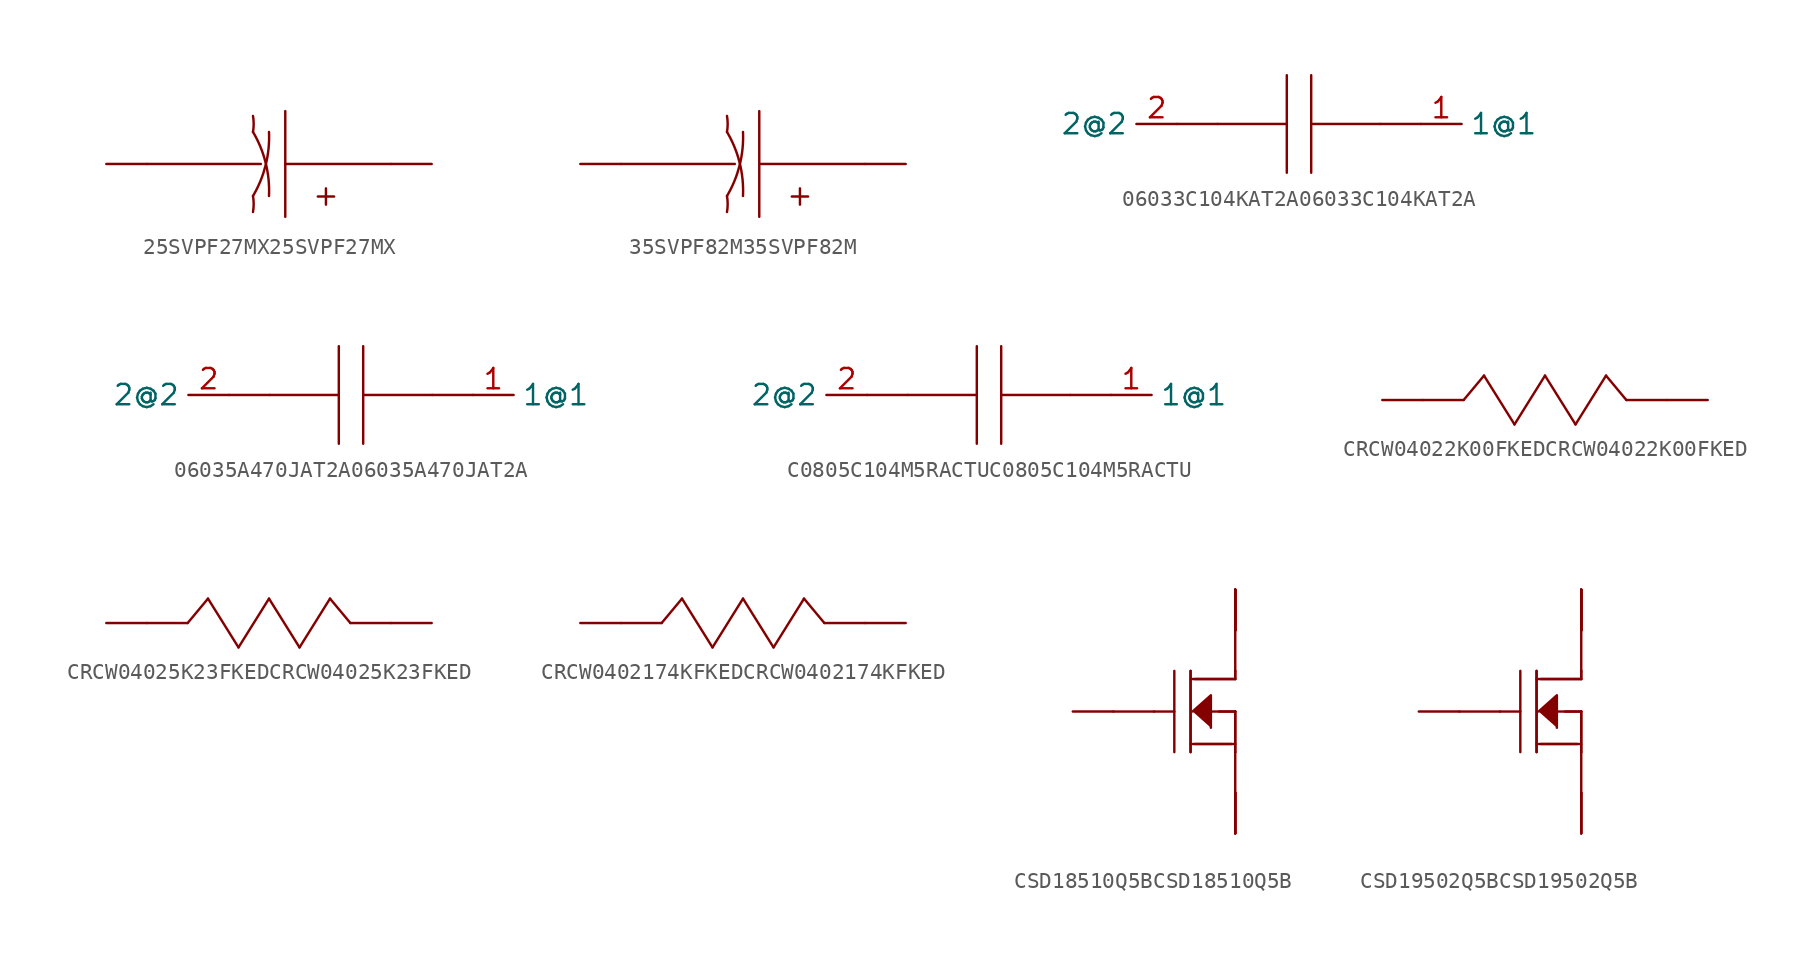
<source format=kicad_sym>
(kicad_symbol_lib
  (version 20220914)
  (generator kicad_symbol_editor)
  (symbol "25SVPF27MX25SVPF27MX"
    (property "Reference" ""
      (at 0 8 0)
      (effects (font (size 2 1.7)) hide))
    (property "Value" ""
      (at 0 5 0)
      (effects (font (size 2 1.7))))
    (property "ki_locked" ""
      (at 0 0 0)
      (effects (font (size 1.27 1.27))))
    (symbol "25SVPF27MX25SVPF27MX_1_0"
      (arc (start -0.9999 -2.9999) (mid -0.9572 -2.4999) (end -1 -1.9999) (stroke (width 0.1524) (type solid)) (fill (type none)))
      (arc (start -0.9999 -2) (mid -0.2083 -0.0729) (end 0 2) (stroke (width 0.1524) (type solid)) (fill (type none)))
      (arc (start -1 1.9999) (mid -0.9572 2.5) (end -0.9999 3.0001) (stroke (width 0.1524) (type solid)) (fill (type none)))
      (arc (start 0 -1.9999) (mid -0.2082 0.073) (end -0.9998 2) (stroke (width 0.1524) (type solid)) (fill (type none)))
      (polyline (pts (xy -7.62 0) (xy -0.508 0)) (stroke (width 0.152) (type solid)) (fill (type none)))
      (polyline (pts (xy 1.016 -3.302) (xy 1.016 3.302)) (stroke (width 0.152) (type solid)) (fill (type none)))
      (polyline (pts (xy 1.016 0) (xy 7.62 0)) (stroke (width 0.152) (type solid)) (fill (type none)))
      (polyline (pts (xy 3.048 -2.032) (xy 4.064 -2.032)) (stroke (width 0.152) (type solid)) (fill (type none)))
      (polyline (pts (xy 3.556 -2.54) (xy 3.556 -1.524)) (stroke (width 0.152) (type solid)) (fill (type none)))
      (pin passive line (at 7.62 0 0) (length 2.54) (name "+@1" (effects (font (size 0 0)))) (number "1" (effects (font (size 0 0)))))
      (pin passive line (at -7.62 0 180) (length 2.54) (name "-@2" (effects (font (size 0 0)))) (number "2" (effects (font (size 0 0)))))))
  (symbol "35SVPF82M35SVPF82M"
    (property "Reference" ""
      (at 0 8 0)
      (effects (font (size 2 1.7)) hide))
    (property "Value" ""
      (at 0 5 0)
      (effects (font (size 2 1.7))))
    (property "ki_locked" ""
      (at 0 0 0)
      (effects (font (size 1.27 1.27))))
    (symbol "35SVPF82M35SVPF82M_1_0"
      (arc (start -0.9999 -2.9999) (mid -0.9572 -2.4999) (end -1 -1.9999) (stroke (width 0.1524) (type solid)) (fill (type none)))
      (arc (start -0.9999 -2) (mid -0.2083 -0.0729) (end 0 2) (stroke (width 0.1524) (type solid)) (fill (type none)))
      (arc (start -1 1.9999) (mid -0.9572 2.5) (end -0.9999 3.0001) (stroke (width 0.1524) (type solid)) (fill (type none)))
      (arc (start 0 -1.9999) (mid -0.2082 0.073) (end -0.9998 2) (stroke (width 0.1524) (type solid)) (fill (type none)))
      (polyline (pts (xy -7.62 0) (xy -0.508 0)) (stroke (width 0.152) (type solid)) (fill (type none)))
      (polyline (pts (xy 1.016 -3.302) (xy 1.016 3.302)) (stroke (width 0.152) (type solid)) (fill (type none)))
      (polyline (pts (xy 1.016 0) (xy 7.62 0)) (stroke (width 0.152) (type solid)) (fill (type none)))
      (polyline (pts (xy 3.048 -2.032) (xy 4.064 -2.032)) (stroke (width 0.152) (type solid)) (fill (type none)))
      (polyline (pts (xy 3.556 -2.54) (xy 3.556 -1.524)) (stroke (width 0.152) (type solid)) (fill (type none)))
      (pin passive line (at 7.62 0 0) (length 2.54) (name "+@1" (effects (font (size 0 0)))) (number "1" (effects (font (size 0 0)))))
      (pin passive line (at -7.62 0 180) (length 2.54) (name "-@2" (effects (font (size 0 0)))) (number "2" (effects (font (size 0 0)))))))
  (symbol "06033C104KAT2A06033C104KAT2A"
    (property "Reference" ""
      (at 0 0 0)
      (effects (font (size 2 1.7)) hide))
    (property "Value" ""
      (at 0 0 0)
      (effects (font (size 2 1.7))))
    (property "ki_locked" ""
      (at 0 0 0)
      (effects (font (size 1.27 1.27))))
    (symbol "06033C104KAT2A06033C104KAT2A_1_0"
      (polyline (pts (xy -7.62 0) (xy -5.08 0)) (stroke (width 0.152) (type solid)) (fill (type none)))
      (polyline (pts (xy -5.08 0) (xy -0.762 0)) (stroke (width 0.152) (type solid)) (fill (type none)))
      (polyline (pts (xy -0.762 -3.048) (xy -0.762 3.048)) (stroke (width 0.152) (type solid)) (fill (type none)))
      (polyline (pts (xy 0.762 -3.048) (xy 0.762 3.048)) (stroke (width 0.152) (type solid)) (fill (type none)))
      (polyline (pts (xy 0.762 0) (xy 5.08 0)) (stroke (width 0.152) (type solid)) (fill (type none)))
      (polyline (pts (xy 7.62 0) (xy 5.08 0)) (stroke (width 0.152) (type solid)) (fill (type none)))
      (pin passive line (at 7.62 0 0) (length 2.54) (name "1@1" (effects (font (size 1.27 1.27)))) (number "1" (effects (font (size 1.27 1.27)))))
      (pin passive line (at -7.62 0 180) (length 2.54) (name "2@2" (effects (font (size 1.27 1.27)))) (number "2" (effects (font (size 1.27 1.27)))))))
  (symbol "06035A470JAT2A06035A470JAT2A"
    (property "Reference" ""
      (at 0 0 0)
      (effects (font (size 2 1.7)) hide))
    (property "Value" ""
      (at 0 0 0)
      (effects (font (size 2 1.7))))
    (property "ki_locked" ""
      (at 0 0 0)
      (effects (font (size 1.27 1.27))))
    (symbol "06035A470JAT2A06035A470JAT2A_1_0"
      (polyline (pts (xy -7.62 0) (xy -5.08 0)) (stroke (width 0.152) (type solid)) (fill (type none)))
      (polyline (pts (xy -5.08 0) (xy -0.762 0)) (stroke (width 0.152) (type solid)) (fill (type none)))
      (polyline (pts (xy -0.762 -3.048) (xy -0.762 3.048)) (stroke (width 0.152) (type solid)) (fill (type none)))
      (polyline (pts (xy 0.762 -3.048) (xy 0.762 3.048)) (stroke (width 0.152) (type solid)) (fill (type none)))
      (polyline (pts (xy 0.762 0) (xy 5.08 0)) (stroke (width 0.152) (type solid)) (fill (type none)))
      (polyline (pts (xy 7.62 0) (xy 5.08 0)) (stroke (width 0.152) (type solid)) (fill (type none)))
      (pin passive line (at 7.62 0 0) (length 2.54) (name "1@1" (effects (font (size 1.27 1.27)))) (number "1" (effects (font (size 1.27 1.27)))))
      (pin passive line (at -7.62 0 180) (length 2.54) (name "2@2" (effects (font (size 1.27 1.27)))) (number "2" (effects (font (size 1.27 1.27)))))))
  (symbol "C0805C104M5RACTUC0805C104M5RACTU"
    (property "Reference" ""
      (at 0 0 0)
      (effects (font (size 2 1.7)) hide))
    (property "Value" ""
      (at 0 0 0)
      (effects (font (size 2 1.7))))
    (property "ki_locked" ""
      (at 0 0 0)
      (effects (font (size 1.27 1.27))))
    (symbol "C0805C104M5RACTUC0805C104M5RACTU_1_0"
      (polyline (pts (xy -7.62 0) (xy -5.08 0)) (stroke (width 0.152) (type solid)) (fill (type none)))
      (polyline (pts (xy -5.08 0) (xy -0.762 0)) (stroke (width 0.152) (type solid)) (fill (type none)))
      (polyline (pts (xy -0.762 -3.048) (xy -0.762 3.048)) (stroke (width 0.152) (type solid)) (fill (type none)))
      (polyline (pts (xy 0.762 -3.048) (xy 0.762 3.048)) (stroke (width 0.152) (type solid)) (fill (type none)))
      (polyline (pts (xy 0.762 0) (xy 5.08 0)) (stroke (width 0.152) (type solid)) (fill (type none)))
      (polyline (pts (xy 7.62 0) (xy 5.08 0)) (stroke (width 0.152) (type solid)) (fill (type none)))
      (pin passive line (at 7.62 0 0) (length 2.54) (name "1@1" (effects (font (size 1.27 1.27)))) (number "1" (effects (font (size 1.27 1.27)))))
      (pin passive line (at -7.62 0 180) (length 2.54) (name "2@2" (effects (font (size 1.27 1.27)))) (number "2" (effects (font (size 1.27 1.27)))))))
  (symbol "CRCW04022K00FKEDCRCW04022K00FKED"
    (property "Reference" ""
      (at 0 5.715 0)
      (effects (font (size 2 1.7)) hide))
    (property "Value" ""
      (at 0 3.175 0)
      (effects (font (size 2 1.7))))
    (property "ki_locked" ""
      (at 0 0 0)
      (effects (font (size 1.27 1.27))))
    (symbol "CRCW04022K00FKEDCRCW04022K00FKED_1_0"
      (polyline (pts (xy -5.08 0) (xy -7.62 0)) (stroke (width 0.152) (type solid)) (fill (type none)))
      (polyline (pts (xy -3.81 1.524) (xy -5.08 0)) (stroke (width 0.152) (type solid)) (fill (type none)))
      (polyline (pts (xy -1.905 -1.524) (xy -3.81 1.524)) (stroke (width 0.152) (type solid)) (fill (type none)))
      (polyline (pts (xy 0 1.524) (xy -1.905 -1.524)) (stroke (width 0.152) (type solid)) (fill (type none)))
      (polyline (pts (xy 1.905 -1.524) (xy 0 1.524)) (stroke (width 0.152) (type solid)) (fill (type none)))
      (polyline (pts (xy 3.81 1.524) (xy 1.905 -1.524)) (stroke (width 0.152) (type solid)) (fill (type none)))
      (polyline (pts (xy 5.08 0) (xy 3.81 1.524)) (stroke (width 0.152) (type solid)) (fill (type none)))
      (polyline (pts (xy 7.62 0) (xy 5.08 0)) (stroke (width 0.152) (type solid)) (fill (type none)))
      (pin passive line (at 7.62 0 0) (length 2.54) (name "1@1" (effects (font (size 0 0)))) (number "1" (effects (font (size 0 0)))))
      (pin passive line (at -7.62 0 180) (length 2.54) (name "2@2" (effects (font (size 0 0)))) (number "2" (effects (font (size 0 0)))))))
  (symbol "CRCW04025K23FKEDCRCW04025K23FKED"
    (property "Reference" ""
      (at 0 5.715 0)
      (effects (font (size 2 1.7)) hide))
    (property "Value" ""
      (at 0 3.175 0)
      (effects (font (size 2 1.7))))
    (property "ki_locked" ""
      (at 0 0 0)
      (effects (font (size 1.27 1.27))))
    (symbol "CRCW04025K23FKEDCRCW04025K23FKED_1_0"
      (polyline (pts (xy -5.08 0) (xy -7.62 0)) (stroke (width 0.152) (type solid)) (fill (type none)))
      (polyline (pts (xy -3.81 1.524) (xy -5.08 0)) (stroke (width 0.152) (type solid)) (fill (type none)))
      (polyline (pts (xy -1.905 -1.524) (xy -3.81 1.524)) (stroke (width 0.152) (type solid)) (fill (type none)))
      (polyline (pts (xy 0 1.524) (xy -1.905 -1.524)) (stroke (width 0.152) (type solid)) (fill (type none)))
      (polyline (pts (xy 1.905 -1.524) (xy 0 1.524)) (stroke (width 0.152) (type solid)) (fill (type none)))
      (polyline (pts (xy 3.81 1.524) (xy 1.905 -1.524)) (stroke (width 0.152) (type solid)) (fill (type none)))
      (polyline (pts (xy 5.08 0) (xy 3.81 1.524)) (stroke (width 0.152) (type solid)) (fill (type none)))
      (polyline (pts (xy 7.62 0) (xy 5.08 0)) (stroke (width 0.152) (type solid)) (fill (type none)))
      (pin passive line (at 7.62 0 0) (length 2.54) (name "1@1" (effects (font (size 0 0)))) (number "1" (effects (font (size 0 0)))))
      (pin passive line (at -7.62 0 180) (length 2.54) (name "2@2" (effects (font (size 0 0)))) (number "2" (effects (font (size 0 0)))))))
  (symbol "CRCW0402174KFKEDCRCW0402174KFKED"
    (property "Reference" ""
      (at 0 5.715 0)
      (effects (font (size 2 1.7)) hide))
    (property "Value" ""
      (at 0 3.175 0)
      (effects (font (size 2 1.7))))
    (property "ki_locked" ""
      (at 0 0 0)
      (effects (font (size 1.27 1.27))))
    (symbol "CRCW0402174KFKEDCRCW0402174KFKED_1_0"
      (polyline (pts (xy -5.08 0) (xy -7.62 0)) (stroke (width 0.152) (type solid)) (fill (type none)))
      (polyline (pts (xy -3.81 1.524) (xy -5.08 0)) (stroke (width 0.152) (type solid)) (fill (type none)))
      (polyline (pts (xy -1.905 -1.524) (xy -3.81 1.524)) (stroke (width 0.152) (type solid)) (fill (type none)))
      (polyline (pts (xy 0 1.524) (xy -1.905 -1.524)) (stroke (width 0.152) (type solid)) (fill (type none)))
      (polyline (pts (xy 1.905 -1.524) (xy 0 1.524)) (stroke (width 0.152) (type solid)) (fill (type none)))
      (polyline (pts (xy 3.81 1.524) (xy 1.905 -1.524)) (stroke (width 0.152) (type solid)) (fill (type none)))
      (polyline (pts (xy 5.08 0) (xy 3.81 1.524)) (stroke (width 0.152) (type solid)) (fill (type none)))
      (polyline (pts (xy 7.62 0) (xy 5.08 0)) (stroke (width 0.152) (type solid)) (fill (type none)))
      (pin passive line (at 7.62 0 0) (length 2.54) (name "1@1" (effects (font (size 0 0)))) (number "1" (effects (font (size 0 0)))))
      (pin passive line (at -7.62 0 180) (length 2.54) (name "2@2" (effects (font (size 0 0)))) (number "2" (effects (font (size 0 0)))))))
  (symbol "CSD18510Q5BCSD18510Q5B"
    (property "Reference" ""
      (at -3.175 7.62 0)
      (effects (font (size 2 1.7)) hide))
    (property "Value" ""
      (at -3.81 5.08 0)
      (effects (font (size 2 1.7))))
    (property "ki_locked" ""
      (at 0 0 0)
      (effects (font (size 1.27 1.27))))
    (symbol "CSD18510Q5BCSD18510Q5B_1_0"
      (polyline (pts (xy -3.81 0) (xy -1.27 0)) (stroke (width 0.152) (type solid)) (fill (type none)))
      (polyline (pts (xy -1.27 0) (xy 0 0)) (stroke (width 0.152) (type solid)) (fill (type none)))
      (polyline (pts (xy 0 -2.54) (xy 0 2.54)) (stroke (width 0.152) (type solid)) (fill (type none)))
      (polyline (pts (xy 1.016 -2.032) (xy 3.81 -2.032)) (stroke (width 0.152) (type solid)) (fill (type none)))
      (polyline (pts (xy 1.016 2.54) (xy 1.016 -2.54)) (stroke (width 0.152) (type solid)) (fill (type none)))
      (polyline (pts (xy 1.016 2.54) (xy 1.016 -2.54)) (stroke (width 0.152) (type solid)) (fill (type none)))
      (polyline (pts (xy 1.27 -2.032) (xy 3.556 -2.032)) (stroke (width 0.152) (type solid)) (fill (type none)))
      (polyline (pts (xy 2.286 0) (xy 3.81 0)) (stroke (width 0.152) (type solid)) (fill (type none)))
      (polyline (pts (xy 2.794 0) (xy 3.81 0)) (stroke (width 0.152) (type solid)) (fill (type none)))
      (polyline (pts (xy 3.81 -7.62) (xy 3.81 -5.08)) (stroke (width 0.152) (type solid)) (fill (type none)))
      (polyline (pts (xy 3.81 -2.54) (xy 3.81 -5.08)) (stroke (width 0.152) (type solid)) (fill (type none)))
      (polyline (pts (xy 3.81 0) (xy 3.81 -2.54)) (stroke (width 0.152) (type solid)) (fill (type none)))
      (polyline (pts (xy 3.81 0) (xy 3.81 -2.54)) (stroke (width 0.152) (type solid)) (fill (type none)))
      (polyline (pts (xy 3.81 2.032) (xy 1.016 2.032)) (stroke (width 0.152) (type solid)) (fill (type none)))
      (polyline (pts (xy 3.81 2.032) (xy 1.27 2.032)) (stroke (width 0.152) (type solid)) (fill (type none)))
      (polyline (pts (xy 3.81 2.54) (xy 3.81 2.032)) (stroke (width 0.152) (type solid)) (fill (type none)))
      (polyline (pts (xy 3.81 2.54) (xy 3.81 2.032)) (stroke (width 0.152) (type solid)) (fill (type none)))
      (polyline (pts (xy 3.81 5.08) (xy 3.81 2.54)) (stroke (width 0.152) (type solid)) (fill (type none)))
      (polyline (pts (xy 3.81 7.62) (xy 3.81 5.08)) (stroke (width 0.152) (type solid)) (fill (type none)))
      (polyline (pts (xy 1.143 0) (xy 2.286 1.016) (xy 2.286 -1.016)) (stroke (width 0) (type solid)) (fill (type outline)))
      (pin passive line (at 3.81 -7.62 90) (length 2.54) (name "Source@7" (effects (font (size 0 0)))) (number "1" (effects (font (size 0 0)))))
      (pin passive line (at 3.81 -7.62 90) (length 2.54) (name "Source@8" (effects (font (size 0 0)))) (number "2" (effects (font (size 0 0)))))
      (pin passive line (at 3.81 -7.62 90) (length 2.54) (name "Source@9" (effects (font (size 0 0)))) (number "3" (effects (font (size 0 0)))))
      (pin passive line (at -3.81 0 180) (length 2.54) (name "Gate@6" (effects (font (size 0 0)))) (number "4" (effects (font (size 0 0)))))
      (pin passive line (at 3.81 7.62 270) (length 2.54) (name "Drain@1" (effects (font (size 0 0)))) (number "5" (effects (font (size 0 0)))))
      (pin passive line (at 3.81 7.62 270) (length 2.54) (name "Drain@2" (effects (font (size 0 0)))) (number "6" (effects (font (size 0 0)))))
      (pin passive line (at 3.81 7.62 270) (length 2.54) (name "Drain@3" (effects (font (size 0 0)))) (number "7" (effects (font (size 0 0)))))
      (pin passive line (at 3.81 7.62 270) (length 2.54) (name "Drain@4" (effects (font (size 0 0)))) (number "8" (effects (font (size 0 0)))))
      (pin passive line (at 3.81 7.62 270) (length 2.54) (name "Drain@5" (effects (font (size 0 0)))) (number "9" (effects (font (size 0 0)))))))
  (symbol "CSD19502Q5BCSD19502Q5B"
    (property "Reference" ""
      (at -3.175 7.62 0)
      (effects (font (size 2 1.7)) hide))
    (property "Value" ""
      (at -3.81 5.08 0)
      (effects (font (size 2 1.7))))
    (property "ki_locked" ""
      (at 0 0 0)
      (effects (font (size 1.27 1.27))))
    (symbol "CSD19502Q5BCSD19502Q5B_1_0"
      (polyline (pts (xy -3.81 0) (xy -1.27 0)) (stroke (width 0.152) (type solid)) (fill (type none)))
      (polyline (pts (xy -1.27 0) (xy 0 0)) (stroke (width 0.152) (type solid)) (fill (type none)))
      (polyline (pts (xy 0 -2.54) (xy 0 2.54)) (stroke (width 0.152) (type solid)) (fill (type none)))
      (polyline (pts (xy 1.016 -2.032) (xy 3.81 -2.032)) (stroke (width 0.152) (type solid)) (fill (type none)))
      (polyline (pts (xy 1.016 2.54) (xy 1.016 -2.54)) (stroke (width 0.152) (type solid)) (fill (type none)))
      (polyline (pts (xy 1.016 2.54) (xy 1.016 -2.54)) (stroke (width 0.152) (type solid)) (fill (type none)))
      (polyline (pts (xy 1.27 -2.032) (xy 3.556 -2.032)) (stroke (width 0.152) (type solid)) (fill (type none)))
      (polyline (pts (xy 2.286 0) (xy 3.81 0)) (stroke (width 0.152) (type solid)) (fill (type none)))
      (polyline (pts (xy 2.794 0) (xy 3.81 0)) (stroke (width 0.152) (type solid)) (fill (type none)))
      (polyline (pts (xy 3.81 -7.62) (xy 3.81 -5.08)) (stroke (width 0.152) (type solid)) (fill (type none)))
      (polyline (pts (xy 3.81 -2.54) (xy 3.81 -5.08)) (stroke (width 0.152) (type solid)) (fill (type none)))
      (polyline (pts (xy 3.81 0) (xy 3.81 -2.54)) (stroke (width 0.152) (type solid)) (fill (type none)))
      (polyline (pts (xy 3.81 0) (xy 3.81 -2.54)) (stroke (width 0.152) (type solid)) (fill (type none)))
      (polyline (pts (xy 3.81 2.032) (xy 1.016 2.032)) (stroke (width 0.152) (type solid)) (fill (type none)))
      (polyline (pts (xy 3.81 2.032) (xy 1.27 2.032)) (stroke (width 0.152) (type solid)) (fill (type none)))
      (polyline (pts (xy 3.81 2.54) (xy 3.81 2.032)) (stroke (width 0.152) (type solid)) (fill (type none)))
      (polyline (pts (xy 3.81 2.54) (xy 3.81 2.032)) (stroke (width 0.152) (type solid)) (fill (type none)))
      (polyline (pts (xy 3.81 5.08) (xy 3.81 2.54)) (stroke (width 0.152) (type solid)) (fill (type none)))
      (polyline (pts (xy 3.81 7.62) (xy 3.81 5.08)) (stroke (width 0.152) (type solid)) (fill (type none)))
      (polyline (pts (xy 1.143 0) (xy 2.286 1.016) (xy 2.286 -1.016)) (stroke (width 0) (type solid)) (fill (type outline)))
      (pin passive line (at 3.81 7.62 270) (length 2.54) (name "Drain@1" (effects (font (size 0 0)))) (number "1" (effects (font (size 0 0)))))
      (pin passive line (at 3.81 7.62 270) (length 2.54) (name "Drain@2" (effects (font (size 0 0)))) (number "2" (effects (font (size 0 0)))))
      (pin passive line (at -3.81 0 180) (length 2.54) (name "Gate@6" (effects (font (size 0 0)))) (number "3" (effects (font (size 0 0)))))
      (pin passive line (at 3.81 -7.62 90) (length 2.54) (name "Source@7" (effects (font (size 0 0)))) (number "4" (effects (font (size 0 0)))))
      (pin passive line (at 3.81 7.62 270) (length 2.54) (name "Drain@3" (effects (font (size 0 0)))) (number "5" (effects (font (size 0 0)))))
      (pin passive line (at 3.81 7.62 270) (length 2.54) (name "Drain@4" (effects (font (size 0 0)))) (number "6" (effects (font (size 0 0)))))
      (pin passive line (at 3.81 -7.62 90) (length 2.54) (name "Source@8" (effects (font (size 0 0)))) (number "7" (effects (font (size 0 0)))))
      (pin passive line (at 3.81 7.62 270) (length 2.54) (name "Drain@5" (effects (font (size 0 0)))) (number "8" (effects (font (size 0 0))))))))
</source>
